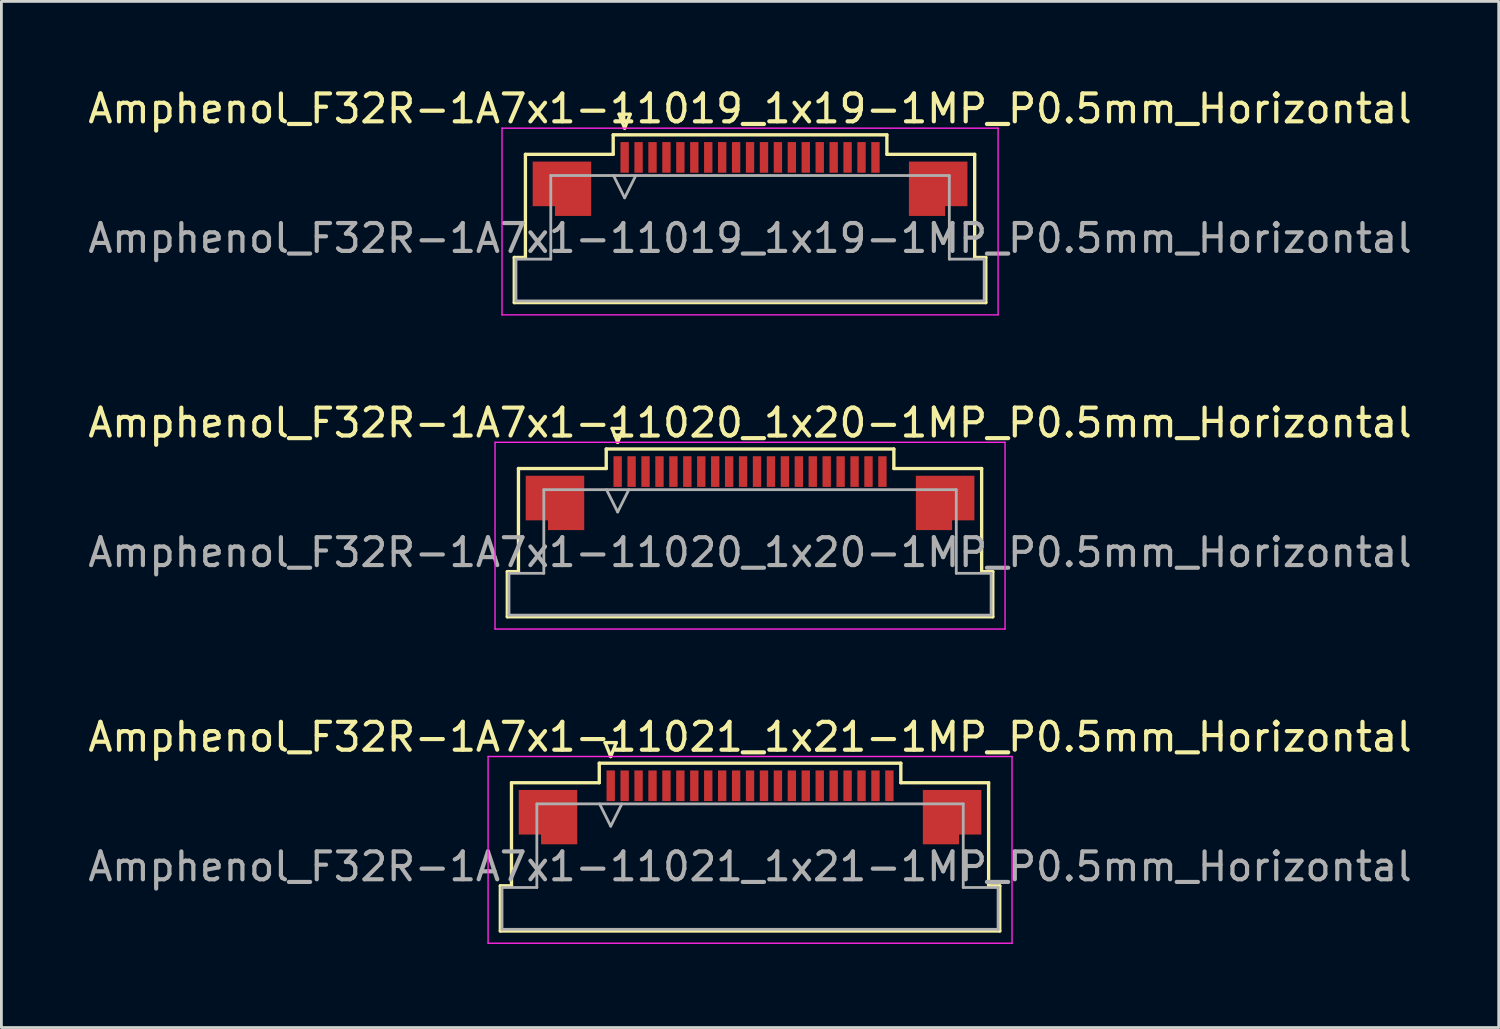
<source format=kicad_pcb>
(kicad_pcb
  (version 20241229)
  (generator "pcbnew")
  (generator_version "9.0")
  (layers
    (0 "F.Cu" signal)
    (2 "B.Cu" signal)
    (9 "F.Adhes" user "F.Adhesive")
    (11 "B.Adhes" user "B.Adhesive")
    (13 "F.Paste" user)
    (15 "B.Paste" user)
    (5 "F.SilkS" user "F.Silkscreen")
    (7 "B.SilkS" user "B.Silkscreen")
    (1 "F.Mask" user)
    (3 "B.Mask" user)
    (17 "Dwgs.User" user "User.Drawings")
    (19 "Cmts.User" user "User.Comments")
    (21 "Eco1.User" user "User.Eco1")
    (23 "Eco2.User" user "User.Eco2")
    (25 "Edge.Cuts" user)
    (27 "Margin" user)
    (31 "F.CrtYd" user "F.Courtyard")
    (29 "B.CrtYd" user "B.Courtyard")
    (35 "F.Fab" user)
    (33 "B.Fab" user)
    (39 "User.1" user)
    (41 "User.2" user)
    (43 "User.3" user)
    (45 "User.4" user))
  (footprint "Amphenol_F32R-1A7x1-11019_1x19-1MP_P0.5mm_Horizontal"
    (layer "F.Cu")
    (at 23.863 5.498)
    (property "Reference" "Amphenol_F32R-1A7x1-11019_1x19-1MP_P0.5mm_Horizontal" (at 0 -4.65 0) (layer "F.SilkS") (effects (font (size 1 1) (thickness 0.15))))
    (attr smd)
    (fp_line (start -8.46 0.69) (end -8.06 0.69) (stroke (width 0.12) (type solid)) (layer "F.SilkS"))
    (fp_line (start -8.46 2.31) (end -8.46 0.69) (stroke (width 0.12) (type solid)) (layer "F.SilkS"))
    (fp_line (start -8.06 -3.01) (end -4.91 -3.01) (stroke (width 0.12) (type solid)) (layer "F.SilkS"))
    (fp_line (start -8.06 0.69) (end -8.06 -3.01) (stroke (width 0.12) (type solid)) (layer "F.SilkS"))
    (fp_line (start -4.91 -3.71) (end 4.91 -3.71) (stroke (width 0.12) (type solid)) (layer "F.SilkS"))
    (fp_line (start -4.91 -3.01) (end -4.91 -3.71) (stroke (width 0.12) (type solid)) (layer "F.SilkS"))
    (fp_line (start -4.7 -4.45) (end -4.5 -3.95) (stroke (width 0.12) (type solid)) (layer "F.SilkS"))
    (fp_line (start -4.5 -3.95) (end -4.3 -4.45) (stroke (width 0.12) (type solid)) (layer "F.SilkS"))
    (fp_line (start -4.3 -4.45) (end -4.7 -4.45) (stroke (width 0.12) (type solid)) (layer "F.SilkS"))
    (fp_line (start 4.91 -3.71) (end 4.91 -3.01) (stroke (width 0.12) (type solid)) (layer "F.SilkS"))
    (fp_line (start 4.91 -3.01) (end 8.06 -3.01) (stroke (width 0.12) (type solid)) (layer "F.SilkS"))
    (fp_line (start 8.06 -3.01) (end 8.06 0.69) (stroke (width 0.12) (type solid)) (layer "F.SilkS"))
    (fp_line (start 8.06 0.69) (end 8.46 0.69) (stroke (width 0.12) (type solid)) (layer "F.SilkS"))
    (fp_line (start 8.46 0.69) (end 8.46 2.31) (stroke (width 0.12) (type solid)) (layer "F.SilkS"))
    (fp_line (start 8.46 2.31) (end -8.46 2.31) (stroke (width 0.12) (type solid)) (layer "F.SilkS"))
    (fp_line (start -8.9 -3.95) (end -8.9 2.75) (stroke (width 0.05) (type solid)) (layer "F.CrtYd"))
    (fp_line (start -8.9 2.75) (end 8.9 2.75) (stroke (width 0.05) (type solid)) (layer "F.CrtYd"))
    (fp_line (start 8.9 -3.95) (end -8.9 -3.95) (stroke (width 0.05) (type solid)) (layer "F.CrtYd"))
    (fp_line (start 8.9 2.75) (end 8.9 -3.95) (stroke (width 0.05) (type solid)) (layer "F.CrtYd"))
    (fp_line (start -8.4 0.75) (end -7.15 0.75) (stroke (width 0.1) (type solid)) (layer "F.Fab"))
    (fp_line (start -8.4 2.25) (end -8.4 0.75) (stroke (width 0.1) (type solid)) (layer "F.Fab"))
    (fp_line (start -7.15 -2.25) (end 7.15 -2.25) (stroke (width 0.1) (type solid)) (layer "F.Fab"))
    (fp_line (start -7.15 0.75) (end -7.15 -2.25) (stroke (width 0.1) (type solid)) (layer "F.Fab"))
    (fp_line (start -4.9 -2.25) (end -4.5 -1.45) (stroke (width 0.1) (type solid)) (layer "F.Fab"))
    (fp_line (start -4.5 -1.45) (end -4.1 -2.25) (stroke (width 0.1) (type solid)) (layer "F.Fab"))
    (fp_line (start 7.15 -2.25) (end 7.15 0.75) (stroke (width 0.1) (type solid)) (layer "F.Fab"))
    (fp_line (start 7.15 0.75) (end 8.4 0.75) (stroke (width 0.1) (type solid)) (layer "F.Fab"))
    (fp_line (start 8.4 0.75) (end 8.4 2.25) (stroke (width 0.1) (type solid)) (layer "F.Fab"))
    (fp_line (start 8.4 2.25) (end -8.4 2.25) (stroke (width 0.1) (type solid)) (layer "F.Fab"))
    (fp_text user "${REFERENCE}" (at 0 0 0) (layer "F.Fab") (effects (font (size 1 1) (thickness 0.15))))
    (pad "1" smd rect (at -4.5 -2.9) (size 0.3 1.1) (layers "F.Cu" "F.Mask" "F.Paste"))
    (pad "2" smd rect (at -4 -2.9) (size 0.3 1.1) (layers "F.Cu" "F.Mask" "F.Paste"))
    (pad "3" smd rect (at -3.5 -2.9) (size 0.3 1.1) (layers "F.Cu" "F.Mask" "F.Paste"))
    (pad "4" smd rect (at -3 -2.9) (size 0.3 1.1) (layers "F.Cu" "F.Mask" "F.Paste"))
    (pad "5" smd rect (at -2.5 -2.9) (size 0.3 1.1) (layers "F.Cu" "F.Mask" "F.Paste"))
    (pad "6" smd rect (at -2 -2.9) (size 0.3 1.1) (layers "F.Cu" "F.Mask" "F.Paste"))
    (pad "7" smd rect (at -1.5 -2.9) (size 0.3 1.1) (layers "F.Cu" "F.Mask" "F.Paste"))
    (pad "8" smd rect (at -1 -2.9) (size 0.3 1.1) (layers "F.Cu" "F.Mask" "F.Paste"))
    (pad "9" smd rect (at -0.5 -2.9) (size 0.3 1.1) (layers "F.Cu" "F.Mask" "F.Paste"))
    (pad "10" smd rect (at 0 -2.9) (size 0.3 1.1) (layers "F.Cu" "F.Mask" "F.Paste"))
    (pad "11" smd rect (at 0.5 -2.9) (size 0.3 1.1) (layers "F.Cu" "F.Mask" "F.Paste"))
    (pad "12" smd rect (at 1 -2.9) (size 0.3 1.1) (layers "F.Cu" "F.Mask" "F.Paste"))
    (pad "13" smd rect (at 1.5 -2.9) (size 0.3 1.1) (layers "F.Cu" "F.Mask" "F.Paste"))
    (pad "14" smd rect (at 2 -2.9) (size 0.3 1.1) (layers "F.Cu" "F.Mask" "F.Paste"))
    (pad "15" smd rect (at 2.5 -2.9) (size 0.3 1.1) (layers "F.Cu" "F.Mask" "F.Paste"))
    (pad "16" smd rect (at 3 -2.9) (size 0.3 1.1) (layers "F.Cu" "F.Mask" "F.Paste"))
    (pad "17" smd rect (at 3.5 -2.9) (size 0.3 1.1) (layers "F.Cu" "F.Mask" "F.Paste"))
    (pad "18" smd rect (at 4 -2.9) (size 0.3 1.1) (layers "F.Cu" "F.Mask" "F.Paste"))
    (pad "19" smd rect (at 4.5 -2.9) (size 0.3 1.1) (layers "F.Cu" "F.Mask" "F.Paste"))
    (pad "MP" smd custom (at -6.75 -1.775) (size 1 1) (layers "F.Cu" "F.Mask" "F.Paste") (options (anchor circle)) (primitives (gr_poly (pts (xy 1.05 -0.975) (xy 1.05 0.975) (xy -0.25 0.975) (xy -0.25 0.625) (xy -1.05 0.625) (xy -1.05 -0.975) (xy 1.05 -0.975)) (width 0) (fill yes))))
    (pad "MP" smd custom (at 6.75 -1.775) (size 1 1) (layers "F.Cu" "F.Mask" "F.Paste") (options (anchor circle)) (primitives (gr_poly (pts (xy -1.05 -0.975) (xy -1.05 0.975) (xy 0.25 0.975) (xy 0.25 0.625) (xy 1.05 0.625) (xy 1.05 -0.975) (xy -1.05 -0.975)) (width 0) (fill yes)))))
  (footprint "Amphenol_F32R-1A7x1-11020_1x20-1MP_P0.5mm_Horizontal"
    (layer "F.Cu")
    (at 23.863 16.771)
    (property "Reference" "Amphenol_F32R-1A7x1-11020_1x20-1MP_P0.5mm_Horizontal" (at 0 -4.65 0) (layer "F.SilkS") (effects (font (size 1 1) (thickness 0.15))))
    (attr smd)
    (fp_line (start -8.71 0.69) (end -8.31 0.69) (stroke (width 0.12) (type solid)) (layer "F.SilkS"))
    (fp_line (start -8.71 2.31) (end -8.71 0.69) (stroke (width 0.12) (type solid)) (layer "F.SilkS"))
    (fp_line (start -8.31 -3.01) (end -5.16 -3.01) (stroke (width 0.12) (type solid)) (layer "F.SilkS"))
    (fp_line (start -8.31 0.69) (end -8.31 -3.01) (stroke (width 0.12) (type solid)) (layer "F.SilkS"))
    (fp_line (start -5.16 -3.71) (end 5.16 -3.71) (stroke (width 0.12) (type solid)) (layer "F.SilkS"))
    (fp_line (start -5.16 -3.01) (end -5.16 -3.71) (stroke (width 0.12) (type solid)) (layer "F.SilkS"))
    (fp_line (start -4.95 -4.45) (end -4.75 -3.95) (stroke (width 0.12) (type solid)) (layer "F.SilkS"))
    (fp_line (start -4.75 -3.95) (end -4.55 -4.45) (stroke (width 0.12) (type solid)) (layer "F.SilkS"))
    (fp_line (start -4.55 -4.45) (end -4.95 -4.45) (stroke (width 0.12) (type solid)) (layer "F.SilkS"))
    (fp_line (start 5.16 -3.71) (end 5.16 -3.01) (stroke (width 0.12) (type solid)) (layer "F.SilkS"))
    (fp_line (start 5.16 -3.01) (end 8.31 -3.01) (stroke (width 0.12) (type solid)) (layer "F.SilkS"))
    (fp_line (start 8.31 -3.01) (end 8.31 0.69) (stroke (width 0.12) (type solid)) (layer "F.SilkS"))
    (fp_line (start 8.31 0.69) (end 8.71 0.69) (stroke (width 0.12) (type solid)) (layer "F.SilkS"))
    (fp_line (start 8.71 0.69) (end 8.71 2.31) (stroke (width 0.12) (type solid)) (layer "F.SilkS"))
    (fp_line (start 8.71 2.31) (end -8.71 2.31) (stroke (width 0.12) (type solid)) (layer "F.SilkS"))
    (fp_line (start -9.15 -3.95) (end -9.15 2.75) (stroke (width 0.05) (type solid)) (layer "F.CrtYd"))
    (fp_line (start -9.15 2.75) (end 9.15 2.75) (stroke (width 0.05) (type solid)) (layer "F.CrtYd"))
    (fp_line (start 9.15 -3.95) (end -9.15 -3.95) (stroke (width 0.05) (type solid)) (layer "F.CrtYd"))
    (fp_line (start 9.15 2.75) (end 9.15 -3.95) (stroke (width 0.05) (type solid)) (layer "F.CrtYd"))
    (fp_line (start -8.65 0.75) (end -7.4 0.75) (stroke (width 0.1) (type solid)) (layer "F.Fab"))
    (fp_line (start -8.65 2.25) (end -8.65 0.75) (stroke (width 0.1) (type solid)) (layer "F.Fab"))
    (fp_line (start -7.4 -2.25) (end 7.4 -2.25) (stroke (width 0.1) (type solid)) (layer "F.Fab"))
    (fp_line (start -7.4 0.75) (end -7.4 -2.25) (stroke (width 0.1) (type solid)) (layer "F.Fab"))
    (fp_line (start -5.15 -2.25) (end -4.75 -1.45) (stroke (width 0.1) (type solid)) (layer "F.Fab"))
    (fp_line (start -4.75 -1.45) (end -4.35 -2.25) (stroke (width 0.1) (type solid)) (layer "F.Fab"))
    (fp_line (start 7.4 -2.25) (end 7.4 0.75) (stroke (width 0.1) (type solid)) (layer "F.Fab"))
    (fp_line (start 7.4 0.75) (end 8.65 0.75) (stroke (width 0.1) (type solid)) (layer "F.Fab"))
    (fp_line (start 8.65 0.75) (end 8.65 2.25) (stroke (width 0.1) (type solid)) (layer "F.Fab"))
    (fp_line (start 8.65 2.25) (end -8.65 2.25) (stroke (width 0.1) (type solid)) (layer "F.Fab"))
    (fp_text user "${REFERENCE}" (at 0 0 0) (layer "F.Fab") (effects (font (size 1 1) (thickness 0.15))))
    (pad "1" smd rect (at -4.75 -2.9) (size 0.3 1.1) (layers "F.Cu" "F.Mask" "F.Paste"))
    (pad "2" smd rect (at -4.25 -2.9) (size 0.3 1.1) (layers "F.Cu" "F.Mask" "F.Paste"))
    (pad "3" smd rect (at -3.75 -2.9) (size 0.3 1.1) (layers "F.Cu" "F.Mask" "F.Paste"))
    (pad "4" smd rect (at -3.25 -2.9) (size 0.3 1.1) (layers "F.Cu" "F.Mask" "F.Paste"))
    (pad "5" smd rect (at -2.75 -2.9) (size 0.3 1.1) (layers "F.Cu" "F.Mask" "F.Paste"))
    (pad "6" smd rect (at -2.25 -2.9) (size 0.3 1.1) (layers "F.Cu" "F.Mask" "F.Paste"))
    (pad "7" smd rect (at -1.75 -2.9) (size 0.3 1.1) (layers "F.Cu" "F.Mask" "F.Paste"))
    (pad "8" smd rect (at -1.25 -2.9) (size 0.3 1.1) (layers "F.Cu" "F.Mask" "F.Paste"))
    (pad "9" smd rect (at -0.75 -2.9) (size 0.3 1.1) (layers "F.Cu" "F.Mask" "F.Paste"))
    (pad "10" smd rect (at -0.25 -2.9) (size 0.3 1.1) (layers "F.Cu" "F.Mask" "F.Paste"))
    (pad "11" smd rect (at 0.25 -2.9) (size 0.3 1.1) (layers "F.Cu" "F.Mask" "F.Paste"))
    (pad "12" smd rect (at 0.75 -2.9) (size 0.3 1.1) (layers "F.Cu" "F.Mask" "F.Paste"))
    (pad "13" smd rect (at 1.25 -2.9) (size 0.3 1.1) (layers "F.Cu" "F.Mask" "F.Paste"))
    (pad "14" smd rect (at 1.75 -2.9) (size 0.3 1.1) (layers "F.Cu" "F.Mask" "F.Paste"))
    (pad "15" smd rect (at 2.25 -2.9) (size 0.3 1.1) (layers "F.Cu" "F.Mask" "F.Paste"))
    (pad "16" smd rect (at 2.75 -2.9) (size 0.3 1.1) (layers "F.Cu" "F.Mask" "F.Paste"))
    (pad "17" smd rect (at 3.25 -2.9) (size 0.3 1.1) (layers "F.Cu" "F.Mask" "F.Paste"))
    (pad "18" smd rect (at 3.75 -2.9) (size 0.3 1.1) (layers "F.Cu" "F.Mask" "F.Paste"))
    (pad "19" smd rect (at 4.25 -2.9) (size 0.3 1.1) (layers "F.Cu" "F.Mask" "F.Paste"))
    (pad "20" smd rect (at 4.75 -2.9) (size 0.3 1.1) (layers "F.Cu" "F.Mask" "F.Paste"))
    (pad "MP" smd custom (at -7 -1.775) (size 1 1) (layers "F.Cu" "F.Mask" "F.Paste") (options (anchor circle)) (primitives (gr_poly (pts (xy 1.05 -0.975) (xy 1.05 0.975) (xy -0.25 0.975) (xy -0.25 0.625) (xy -1.05 0.625) (xy -1.05 -0.975) (xy 1.05 -0.975)) (width 0) (fill yes))))
    (pad "MP" smd custom (at 7 -1.775) (size 1 1) (layers "F.Cu" "F.Mask" "F.Paste") (options (anchor circle)) (primitives (gr_poly (pts (xy -1.05 -0.975) (xy -1.05 0.975) (xy 0.25 0.975) (xy 0.25 0.625) (xy 1.05 0.625) (xy 1.05 -0.975) (xy -1.05 -0.975)) (width 0) (fill yes)))))
  (footprint "Amphenol_F32R-1A7x1-11021_1x21-1MP_P0.5mm_Horizontal"
    (layer "F.Cu")
    (at 23.863 28.045)
    (property "Reference" "Amphenol_F32R-1A7x1-11021_1x21-1MP_P0.5mm_Horizontal" (at 0 -4.65 0) (layer "F.SilkS") (effects (font (size 1 1) (thickness 0.15))))
    (attr smd)
    (fp_line (start -8.96 0.69) (end -8.56 0.69) (stroke (width 0.12) (type solid)) (layer "F.SilkS"))
    (fp_line (start -8.96 2.31) (end -8.96 0.69) (stroke (width 0.12) (type solid)) (layer "F.SilkS"))
    (fp_line (start -8.56 -3.01) (end -5.41 -3.01) (stroke (width 0.12) (type solid)) (layer "F.SilkS"))
    (fp_line (start -8.56 0.69) (end -8.56 -3.01) (stroke (width 0.12) (type solid)) (layer "F.SilkS"))
    (fp_line (start -5.41 -3.71) (end 5.41 -3.71) (stroke (width 0.12) (type solid)) (layer "F.SilkS"))
    (fp_line (start -5.41 -3.01) (end -5.41 -3.71) (stroke (width 0.12) (type solid)) (layer "F.SilkS"))
    (fp_line (start -5.2 -4.45) (end -5 -3.95) (stroke (width 0.12) (type solid)) (layer "F.SilkS"))
    (fp_line (start -5 -3.95) (end -4.8 -4.45) (stroke (width 0.12) (type solid)) (layer "F.SilkS"))
    (fp_line (start -4.8 -4.45) (end -5.2 -4.45) (stroke (width 0.12) (type solid)) (layer "F.SilkS"))
    (fp_line (start 5.41 -3.71) (end 5.41 -3.01) (stroke (width 0.12) (type solid)) (layer "F.SilkS"))
    (fp_line (start 5.41 -3.01) (end 8.56 -3.01) (stroke (width 0.12) (type solid)) (layer "F.SilkS"))
    (fp_line (start 8.56 -3.01) (end 8.56 0.69) (stroke (width 0.12) (type solid)) (layer "F.SilkS"))
    (fp_line (start 8.56 0.69) (end 8.96 0.69) (stroke (width 0.12) (type solid)) (layer "F.SilkS"))
    (fp_line (start 8.96 0.69) (end 8.96 2.31) (stroke (width 0.12) (type solid)) (layer "F.SilkS"))
    (fp_line (start 8.96 2.31) (end -8.96 2.31) (stroke (width 0.12) (type solid)) (layer "F.SilkS"))
    (fp_line (start -9.4 -3.95) (end -9.4 2.75) (stroke (width 0.05) (type solid)) (layer "F.CrtYd"))
    (fp_line (start -9.4 2.75) (end 9.4 2.75) (stroke (width 0.05) (type solid)) (layer "F.CrtYd"))
    (fp_line (start 9.4 -3.95) (end -9.4 -3.95) (stroke (width 0.05) (type solid)) (layer "F.CrtYd"))
    (fp_line (start 9.4 2.75) (end 9.4 -3.95) (stroke (width 0.05) (type solid)) (layer "F.CrtYd"))
    (fp_line (start -8.9 0.75) (end -7.65 0.75) (stroke (width 0.1) (type solid)) (layer "F.Fab"))
    (fp_line (start -8.9 2.25) (end -8.9 0.75) (stroke (width 0.1) (type solid)) (layer "F.Fab"))
    (fp_line (start -7.65 -2.25) (end 7.65 -2.25) (stroke (width 0.1) (type solid)) (layer "F.Fab"))
    (fp_line (start -7.65 0.75) (end -7.65 -2.25) (stroke (width 0.1) (type solid)) (layer "F.Fab"))
    (fp_line (start -5.4 -2.25) (end -5 -1.45) (stroke (width 0.1) (type solid)) (layer "F.Fab"))
    (fp_line (start -5 -1.45) (end -4.6 -2.25) (stroke (width 0.1) (type solid)) (layer "F.Fab"))
    (fp_line (start 7.65 -2.25) (end 7.65 0.75) (stroke (width 0.1) (type solid)) (layer "F.Fab"))
    (fp_line (start 7.65 0.75) (end 8.9 0.75) (stroke (width 0.1) (type solid)) (layer "F.Fab"))
    (fp_line (start 8.9 0.75) (end 8.9 2.25) (stroke (width 0.1) (type solid)) (layer "F.Fab"))
    (fp_line (start 8.9 2.25) (end -8.9 2.25) (stroke (width 0.1) (type solid)) (layer "F.Fab"))
    (fp_text user "${REFERENCE}" (at 0 0 0) (layer "F.Fab") (effects (font (size 1 1) (thickness 0.15))))
    (pad "1" smd rect (at -5 -2.9) (size 0.3 1.1) (layers "F.Cu" "F.Mask" "F.Paste"))
    (pad "2" smd rect (at -4.5 -2.9) (size 0.3 1.1) (layers "F.Cu" "F.Mask" "F.Paste"))
    (pad "3" smd rect (at -4 -2.9) (size 0.3 1.1) (layers "F.Cu" "F.Mask" "F.Paste"))
    (pad "4" smd rect (at -3.5 -2.9) (size 0.3 1.1) (layers "F.Cu" "F.Mask" "F.Paste"))
    (pad "5" smd rect (at -3 -2.9) (size 0.3 1.1) (layers "F.Cu" "F.Mask" "F.Paste"))
    (pad "6" smd rect (at -2.5 -2.9) (size 0.3 1.1) (layers "F.Cu" "F.Mask" "F.Paste"))
    (pad "7" smd rect (at -2 -2.9) (size 0.3 1.1) (layers "F.Cu" "F.Mask" "F.Paste"))
    (pad "8" smd rect (at -1.5 -2.9) (size 0.3 1.1) (layers "F.Cu" "F.Mask" "F.Paste"))
    (pad "9" smd rect (at -1 -2.9) (size 0.3 1.1) (layers "F.Cu" "F.Mask" "F.Paste"))
    (pad "10" smd rect (at -0.5 -2.9) (size 0.3 1.1) (layers "F.Cu" "F.Mask" "F.Paste"))
    (pad "11" smd rect (at 0 -2.9) (size 0.3 1.1) (layers "F.Cu" "F.Mask" "F.Paste"))
    (pad "12" smd rect (at 0.5 -2.9) (size 0.3 1.1) (layers "F.Cu" "F.Mask" "F.Paste"))
    (pad "13" smd rect (at 1 -2.9) (size 0.3 1.1) (layers "F.Cu" "F.Mask" "F.Paste"))
    (pad "14" smd rect (at 1.5 -2.9) (size 0.3 1.1) (layers "F.Cu" "F.Mask" "F.Paste"))
    (pad "15" smd rect (at 2 -2.9) (size 0.3 1.1) (layers "F.Cu" "F.Mask" "F.Paste"))
    (pad "16" smd rect (at 2.5 -2.9) (size 0.3 1.1) (layers "F.Cu" "F.Mask" "F.Paste"))
    (pad "17" smd rect (at 3 -2.9) (size 0.3 1.1) (layers "F.Cu" "F.Mask" "F.Paste"))
    (pad "18" smd rect (at 3.5 -2.9) (size 0.3 1.1) (layers "F.Cu" "F.Mask" "F.Paste"))
    (pad "19" smd rect (at 4 -2.9) (size 0.3 1.1) (layers "F.Cu" "F.Mask" "F.Paste"))
    (pad "20" smd rect (at 4.5 -2.9) (size 0.3 1.1) (layers "F.Cu" "F.Mask" "F.Paste"))
    (pad "21" smd rect (at 5 -2.9) (size 0.3 1.1) (layers "F.Cu" "F.Mask" "F.Paste"))
    (pad "MP" smd custom (at -7.25 -1.775) (size 1 1) (layers "F.Cu" "F.Mask" "F.Paste") (options (anchor circle)) (primitives (gr_poly (pts (xy 1.05 -0.975) (xy 1.05 0.975) (xy -0.25 0.975) (xy -0.25 0.625) (xy -1.05 0.625) (xy -1.05 -0.975) (xy 1.05 -0.975)) (width 0) (fill yes))))
    (pad "MP" smd custom (at 7.25 -1.775) (size 1 1) (layers "F.Cu" "F.Mask" "F.Paste") (options (anchor circle)) (primitives (gr_poly (pts (xy -1.05 -0.975) (xy -1.05 0.975) (xy 0.25 0.975) (xy 0.25 0.625) (xy 1.05 0.625) (xy 1.05 -0.975) (xy -1.05 -0.975)) (width 0) (fill yes)))))
  (gr_rect
    (start -3 -3)
    (end 50.726 33.82)
    (stroke (width 0.1) (type default))
    (fill no)
    (layer "Edge.Cuts")))
</source>
